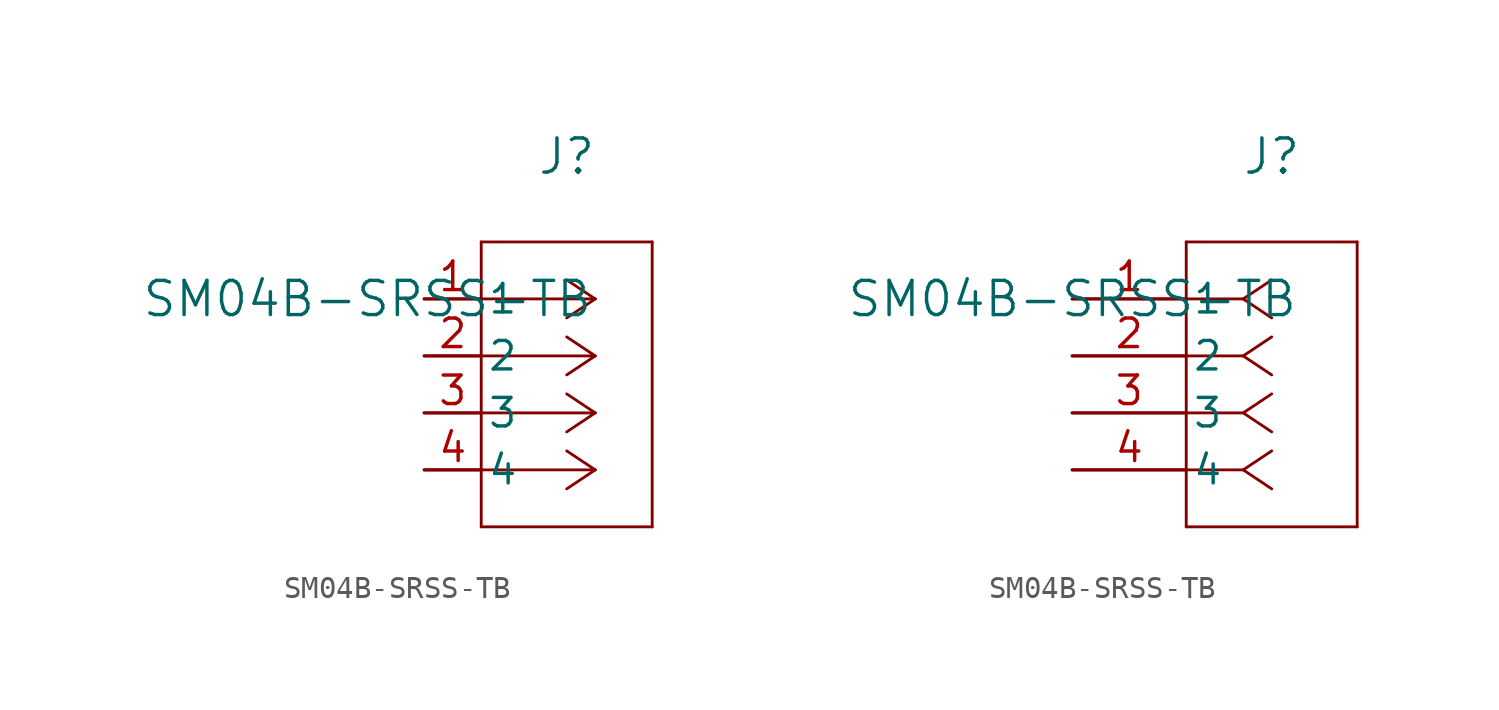
<source format=kicad_sym>
(kicad_symbol_lib
  (version 20231120)
  (generator "kicad_symbol_editor")
  (generator_version "8.0")
  (symbol "SM04B-SRSS-TB"
    (pin_names
      (offset 0.254))
    (property "Reference" "J"
      (at 8.89 6.35 0)
      (effects (font (size 1.524 1.524))))
    (property "Value" "SM04B-SRSS-TB"
      (at 0 0 0)
      (effects (font (size 1.524 1.524))))
    (symbol "SM04B-SRSS-TB_1_1"
      (polyline (pts (xy 5.08 -10.16) (xy 12.7 -10.16)) (stroke (width 0.127) (type default)) (fill (type none)))
      (polyline (pts (xy 5.08 2.54) (xy 5.08 -10.16)) (stroke (width 0.127) (type default)) (fill (type none)))
      (polyline (pts (xy 10.16 -7.62) (xy 5.08 -7.62)) (stroke (width 0.127) (type default)) (fill (type none)))
      (polyline (pts (xy 10.16 -7.62) (xy 8.89 -8.467)) (stroke (width 0.127) (type default)) (fill (type none)))
      (polyline (pts (xy 10.16 -7.62) (xy 8.89 -6.773)) (stroke (width 0.127) (type default)) (fill (type none)))
      (polyline (pts (xy 10.16 -5.08) (xy 5.08 -5.08)) (stroke (width 0.127) (type default)) (fill (type none)))
      (polyline (pts (xy 10.16 -5.08) (xy 8.89 -5.927)) (stroke (width 0.127) (type default)) (fill (type none)))
      (polyline (pts (xy 10.16 -5.08) (xy 8.89 -4.233)) (stroke (width 0.127) (type default)) (fill (type none)))
      (polyline (pts (xy 10.16 -2.54) (xy 5.08 -2.54)) (stroke (width 0.127) (type default)) (fill (type none)))
      (polyline (pts (xy 10.16 -2.54) (xy 8.89 -3.387)) (stroke (width 0.127) (type default)) (fill (type none)))
      (polyline (pts (xy 10.16 -2.54) (xy 8.89 -1.693)) (stroke (width 0.127) (type default)) (fill (type none)))
      (polyline (pts (xy 10.16 0) (xy 5.08 0)) (stroke (width 0.127) (type default)) (fill (type none)))
      (polyline (pts (xy 10.16 0) (xy 8.89 -0.847)) (stroke (width 0.127) (type default)) (fill (type none)))
      (polyline (pts (xy 10.16 0) (xy 8.89 0.847)) (stroke (width 0.127) (type default)) (fill (type none)))
      (polyline (pts (xy 12.7 -10.16) (xy 12.7 2.54)) (stroke (width 0.127) (type default)) (fill (type none)))
      (polyline (pts (xy 12.7 2.54) (xy 5.08 2.54)) (stroke (width 0.127) (type default)) (fill (type none)))
      (pin unspecified line (at 2.54 0 0) (length 2.54) (name "1" (effects (font (size 1.27 1.27)))) (number "1" (effects (font (size 1.27 1.27)))))
      (pin unspecified line (at 2.54 -2.54 0) (length 2.54) (name "2" (effects (font (size 1.27 1.27)))) (number "2" (effects (font (size 1.27 1.27)))))
      (pin unspecified line (at 2.54 -5.08 0) (length 2.54) (name "3" (effects (font (size 1.27 1.27)))) (number "3" (effects (font (size 1.27 1.27)))))
      (pin unspecified line (at 2.54 -7.62 0) (length 2.54) (name "4" (effects (font (size 1.27 1.27)))) (number "4" (effects (font (size 1.27 1.27))))))
    (symbol "SM04B-SRSS-TB_1_2"
      (polyline (pts (xy 5.08 -10.16) (xy 12.7 -10.16)) (stroke (width 0.127) (type default)) (fill (type none)))
      (polyline (pts (xy 5.08 2.54) (xy 5.08 -10.16)) (stroke (width 0.127) (type default)) (fill (type none)))
      (polyline (pts (xy 7.62 -7.62) (xy 5.08 -7.62)) (stroke (width 0.127) (type default)) (fill (type none)))
      (polyline (pts (xy 7.62 -7.62) (xy 8.89 -8.467)) (stroke (width 0.127) (type default)) (fill (type none)))
      (polyline (pts (xy 7.62 -7.62) (xy 8.89 -6.773)) (stroke (width 0.127) (type default)) (fill (type none)))
      (polyline (pts (xy 7.62 -5.08) (xy 5.08 -5.08)) (stroke (width 0.127) (type default)) (fill (type none)))
      (polyline (pts (xy 7.62 -5.08) (xy 8.89 -5.927)) (stroke (width 0.127) (type default)) (fill (type none)))
      (polyline (pts (xy 7.62 -5.08) (xy 8.89 -4.233)) (stroke (width 0.127) (type default)) (fill (type none)))
      (polyline (pts (xy 7.62 -2.54) (xy 5.08 -2.54)) (stroke (width 0.127) (type default)) (fill (type none)))
      (polyline (pts (xy 7.62 -2.54) (xy 8.89 -3.387)) (stroke (width 0.127) (type default)) (fill (type none)))
      (polyline (pts (xy 7.62 -2.54) (xy 8.89 -1.693)) (stroke (width 0.127) (type default)) (fill (type none)))
      (polyline (pts (xy 7.62 0) (xy 5.08 0)) (stroke (width 0.127) (type default)) (fill (type none)))
      (polyline (pts (xy 7.62 0) (xy 8.89 -0.847)) (stroke (width 0.127) (type default)) (fill (type none)))
      (polyline (pts (xy 7.62 0) (xy 8.89 0.847)) (stroke (width 0.127) (type default)) (fill (type none)))
      (polyline (pts (xy 12.7 -10.16) (xy 12.7 2.54)) (stroke (width 0.127) (type default)) (fill (type none)))
      (polyline (pts (xy 12.7 2.54) (xy 5.08 2.54)) (stroke (width 0.127) (type default)) (fill (type none)))
      (pin unspecified line (at 0 0 0) (length 5.08) (name "1" (effects (font (size 1.27 1.27)))) (number "1" (effects (font (size 1.27 1.27)))))
      (pin unspecified line (at 0 -2.54 0) (length 5.08) (name "2" (effects (font (size 1.27 1.27)))) (number "2" (effects (font (size 1.27 1.27)))))
      (pin unspecified line (at 0 -5.08 0) (length 5.08) (name "3" (effects (font (size 1.27 1.27)))) (number "3" (effects (font (size 1.27 1.27)))))
      (pin unspecified line (at 0 -7.62 0) (length 5.08) (name "4" (effects (font (size 1.27 1.27)))) (number "4" (effects (font (size 1.27 1.27))))))))
</source>
